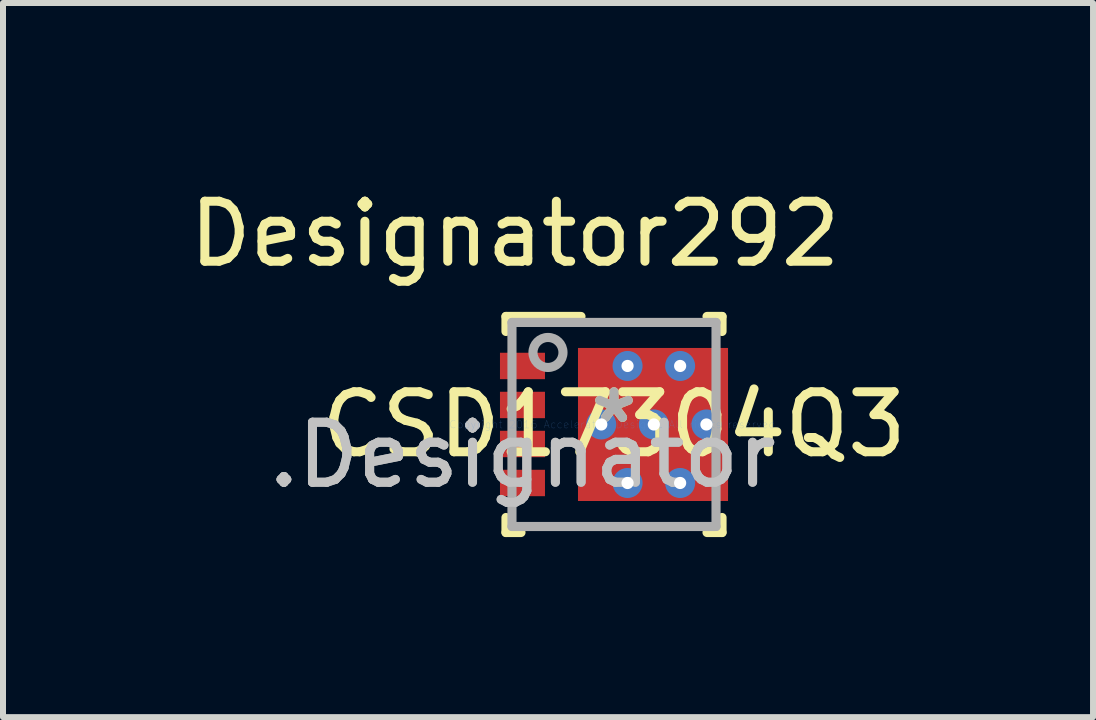
<source format=kicad_pcb>
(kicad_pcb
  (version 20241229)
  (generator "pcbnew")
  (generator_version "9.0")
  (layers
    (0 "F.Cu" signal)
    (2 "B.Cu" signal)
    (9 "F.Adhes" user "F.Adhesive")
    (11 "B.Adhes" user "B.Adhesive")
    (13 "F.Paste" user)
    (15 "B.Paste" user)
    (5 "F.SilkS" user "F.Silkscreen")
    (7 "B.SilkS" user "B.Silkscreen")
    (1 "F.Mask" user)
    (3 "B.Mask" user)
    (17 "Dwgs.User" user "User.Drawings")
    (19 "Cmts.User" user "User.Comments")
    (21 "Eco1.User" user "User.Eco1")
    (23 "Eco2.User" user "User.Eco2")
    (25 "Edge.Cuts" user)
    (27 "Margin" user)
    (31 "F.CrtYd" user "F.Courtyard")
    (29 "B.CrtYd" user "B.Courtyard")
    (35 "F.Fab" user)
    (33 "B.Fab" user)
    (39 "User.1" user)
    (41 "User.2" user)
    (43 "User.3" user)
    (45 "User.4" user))
  (footprint "CSD17304Q3"
    (layer "F.Cu")
    (at 7.181 4.023)
    (property "Reference" "CSD17304Q3" (at 0 0 0) (layer "F.SilkS") (effects (font (size 1 1) (thickness 0.15))))
    (attr through_hole)
    (fp_line (start -0.56 -1.172) (end -0.559 -1.182) (stroke (width 0.152) (type solid)) (layer "F.Mask"))
    (fp_line (start -0.56 1.172) (end -0.56 -1.172) (stroke (width 0.152) (type solid)) (layer "F.Mask"))
    (fp_line (start -0.559 -1.182) (end -0.556 -1.192) (stroke (width 0.152) (type solid)) (layer "F.Mask"))
    (fp_line (start -0.559 1.182) (end -0.56 1.172) (stroke (width 0.152) (type solid)) (layer "F.Mask"))
    (fp_line (start -0.556 -1.192) (end -0.551 -1.201) (stroke (width 0.152) (type solid)) (layer "F.Mask"))
    (fp_line (start -0.556 1.192) (end -0.559 1.182) (stroke (width 0.152) (type solid)) (layer "F.Mask"))
    (fp_line (start -0.551 -1.201) (end -0.544 -1.209) (stroke (width 0.152) (type solid)) (layer "F.Mask"))
    (fp_line (start -0.551 1.201) (end -0.556 1.192) (stroke (width 0.152) (type solid)) (layer "F.Mask"))
    (fp_line (start -0.544 -1.209) (end -0.536 -1.216) (stroke (width 0.152) (type solid)) (layer "F.Mask"))
    (fp_line (start -0.544 1.209) (end -0.551 1.201) (stroke (width 0.152) (type solid)) (layer "F.Mask"))
    (fp_line (start -0.536 -1.216) (end -0.527 -1.221) (stroke (width 0.152) (type solid)) (layer "F.Mask"))
    (fp_line (start -0.536 1.216) (end -0.544 1.209) (stroke (width 0.152) (type solid)) (layer "F.Mask"))
    (fp_line (start -0.527 -1.221) (end -0.517 -1.224) (stroke (width 0.152) (type solid)) (layer "F.Mask"))
    (fp_line (start -0.527 1.221) (end -0.536 1.216) (stroke (width 0.152) (type solid)) (layer "F.Mask"))
    (fp_line (start -0.517 -1.224) (end -0.507 -1.225) (stroke (width 0.152) (type solid)) (layer "F.Mask"))
    (fp_line (start -0.517 1.224) (end -0.527 1.221) (stroke (width 0.152) (type solid)) (layer "F.Mask"))
    (fp_line (start -0.507 -1.225) (end 1.162 -1.225) (stroke (width 0.152) (type solid)) (layer "F.Mask"))
    (fp_line (start -0.507 1.225) (end -0.517 1.224) (stroke (width 0.152) (type solid)) (layer "F.Mask"))
    (fp_line (start 0.925 -1.096) (end 0.926 -1.105) (stroke (width 0.152) (type solid)) (layer "F.Mask"))
    (fp_line (start 0.925 -0.854) (end 0.925 -1.096) (stroke (width 0.152) (type solid)) (layer "F.Mask"))
    (fp_line (start 0.925 -0.446) (end 0.926 -0.455) (stroke (width 0.152) (type solid)) (layer "F.Mask"))
    (fp_line (start 0.925 -0.204) (end 0.925 -0.446) (stroke (width 0.152) (type solid)) (layer "F.Mask"))
    (fp_line (start 0.925 0.204) (end 0.926 0.195) (stroke (width 0.152) (type solid)) (layer "F.Mask"))
    (fp_line (start 0.925 0.446) (end 0.925 0.204) (stroke (width 0.152) (type solid)) (layer "F.Mask"))
    (fp_line (start 0.925 0.854) (end 0.926 0.845) (stroke (width 0.152) (type solid)) (layer "F.Mask"))
    (fp_line (start 0.925 1.096) (end 0.925 0.854) (stroke (width 0.152) (type solid)) (layer "F.Mask"))
    (fp_line (start 0.926 -1.105) (end 0.929 -1.115) (stroke (width 0.152) (type solid)) (layer "F.Mask"))
    (fp_line (start 0.926 -0.845) (end 0.925 -0.854) (stroke (width 0.152) (type solid)) (layer "F.Mask"))
    (fp_line (start 0.926 -0.455) (end 0.929 -0.465) (stroke (width 0.152) (type solid)) (layer "F.Mask"))
    (fp_line (start 0.926 -0.195) (end 0.925 -0.204) (stroke (width 0.152) (type solid)) (layer "F.Mask"))
    (fp_line (start 0.926 0.195) (end 0.929 0.185) (stroke (width 0.152) (type solid)) (layer "F.Mask"))
    (fp_line (start 0.926 0.455) (end 0.925 0.446) (stroke (width 0.152) (type solid)) (layer "F.Mask"))
    (fp_line (start 0.926 0.845) (end 0.929 0.835) (stroke (width 0.152) (type solid)) (layer "F.Mask"))
    (fp_line (start 0.926 1.105) (end 0.925 1.096) (stroke (width 0.152) (type solid)) (layer "F.Mask"))
    (fp_line (start 0.929 -1.115) (end 0.933 -1.123) (stroke (width 0.152) (type solid)) (layer "F.Mask"))
    (fp_line (start 0.929 -0.835) (end 0.926 -0.845) (stroke (width 0.152) (type solid)) (layer "F.Mask"))
    (fp_line (start 0.929 -0.465) (end 0.933 -0.473) (stroke (width 0.152) (type solid)) (layer "F.Mask"))
    (fp_line (start 0.929 -0.185) (end 0.926 -0.195) (stroke (width 0.152) (type solid)) (layer "F.Mask"))
    (fp_line (start 0.929 0.185) (end 0.933 0.177) (stroke (width 0.152) (type solid)) (layer "F.Mask"))
    (fp_line (start 0.929 0.465) (end 0.926 0.455) (stroke (width 0.152) (type solid)) (layer "F.Mask"))
    (fp_line (start 0.929 0.835) (end 0.933 0.827) (stroke (width 0.152) (type solid)) (layer "F.Mask"))
    (fp_line (start 0.929 1.115) (end 0.926 1.105) (stroke (width 0.152) (type solid)) (layer "F.Mask"))
    (fp_line (start 0.933 -1.123) (end 0.939 -1.131) (stroke (width 0.152) (type solid)) (layer "F.Mask"))
    (fp_line (start 0.933 -0.827) (end 0.929 -0.835) (stroke (width 0.152) (type solid)) (layer "F.Mask"))
    (fp_line (start 0.933 -0.473) (end 0.939 -0.481) (stroke (width 0.152) (type solid)) (layer "F.Mask"))
    (fp_line (start 0.933 -0.177) (end 0.929 -0.185) (stroke (width 0.152) (type solid)) (layer "F.Mask"))
    (fp_line (start 0.933 0.177) (end 0.939 0.169) (stroke (width 0.152) (type solid)) (layer "F.Mask"))
    (fp_line (start 0.933 0.473) (end 0.929 0.465) (stroke (width 0.152) (type solid)) (layer "F.Mask"))
    (fp_line (start 0.933 0.827) (end 0.939 0.819) (stroke (width 0.152) (type solid)) (layer "F.Mask"))
    (fp_line (start 0.933 1.123) (end 0.929 1.115) (stroke (width 0.152) (type solid)) (layer "F.Mask"))
    (fp_line (start 0.939 -1.131) (end 0.947 -1.137) (stroke (width 0.152) (type solid)) (layer "F.Mask"))
    (fp_line (start 0.939 -0.819) (end 0.933 -0.827) (stroke (width 0.152) (type solid)) (layer "F.Mask"))
    (fp_line (start 0.939 -0.481) (end 0.947 -0.487) (stroke (width 0.152) (type solid)) (layer "F.Mask"))
    (fp_line (start 0.939 -0.169) (end 0.933 -0.177) (stroke (width 0.152) (type solid)) (layer "F.Mask"))
    (fp_line (start 0.939 0.169) (end 0.947 0.163) (stroke (width 0.152) (type solid)) (layer "F.Mask"))
    (fp_line (start 0.939 0.481) (end 0.933 0.473) (stroke (width 0.152) (type solid)) (layer "F.Mask"))
    (fp_line (start 0.939 0.819) (end 0.947 0.813) (stroke (width 0.152) (type solid)) (layer "F.Mask"))
    (fp_line (start 0.939 1.131) (end 0.933 1.123) (stroke (width 0.152) (type solid)) (layer "F.Mask"))
    (fp_line (start 0.947 -1.137) (end 0.955 -1.141) (stroke (width 0.152) (type solid)) (layer "F.Mask"))
    (fp_line (start 0.947 -0.813) (end 0.939 -0.819) (stroke (width 0.152) (type solid)) (layer "F.Mask"))
    (fp_line (start 0.947 -0.487) (end 0.955 -0.491) (stroke (width 0.152) (type solid)) (layer "F.Mask"))
    (fp_line (start 0.947 -0.163) (end 0.939 -0.169) (stroke (width 0.152) (type solid)) (layer "F.Mask"))
    (fp_line (start 0.947 0.163) (end 0.955 0.159) (stroke (width 0.152) (type solid)) (layer "F.Mask"))
    (fp_line (start 0.947 0.487) (end 0.939 0.481) (stroke (width 0.152) (type solid)) (layer "F.Mask"))
    (fp_line (start 0.947 0.813) (end 0.955 0.809) (stroke (width 0.152) (type solid)) (layer "F.Mask"))
    (fp_line (start 0.947 1.137) (end 0.939 1.131) (stroke (width 0.152) (type solid)) (layer "F.Mask"))
    (fp_line (start 0.955 -1.141) (end 0.965 -1.144) (stroke (width 0.152) (type solid)) (layer "F.Mask"))
    (fp_line (start 0.955 -0.809) (end 0.947 -0.813) (stroke (width 0.152) (type solid)) (layer "F.Mask"))
    (fp_line (start 0.955 -0.491) (end 0.965 -0.494) (stroke (width 0.152) (type solid)) (layer "F.Mask"))
    (fp_line (start 0.955 -0.159) (end 0.947 -0.163) (stroke (width 0.152) (type solid)) (layer "F.Mask"))
    (fp_line (start 0.955 0.159) (end 0.965 0.156) (stroke (width 0.152) (type solid)) (layer "F.Mask"))
    (fp_line (start 0.955 0.491) (end 0.947 0.487) (stroke (width 0.152) (type solid)) (layer "F.Mask"))
    (fp_line (start 0.955 0.809) (end 0.965 0.806) (stroke (width 0.152) (type solid)) (layer "F.Mask"))
    (fp_line (start 0.955 1.141) (end 0.947 1.137) (stroke (width 0.152) (type solid)) (layer "F.Mask"))
    (fp_line (start 0.965 -1.144) (end 0.974 -1.145) (stroke (width 0.152) (type solid)) (layer "F.Mask"))
    (fp_line (start 0.965 -0.806) (end 0.955 -0.809) (stroke (width 0.152) (type solid)) (layer "F.Mask"))
    (fp_line (start 0.965 -0.494) (end 0.974 -0.495) (stroke (width 0.152) (type solid)) (layer "F.Mask"))
    (fp_line (start 0.965 -0.156) (end 0.955 -0.159) (stroke (width 0.152) (type solid)) (layer "F.Mask"))
    (fp_line (start 0.965 0.156) (end 0.974 0.155) (stroke (width 0.152) (type solid)) (layer "F.Mask"))
    (fp_line (start 0.965 0.494) (end 0.955 0.491) (stroke (width 0.152) (type solid)) (layer "F.Mask"))
    (fp_line (start 0.965 0.806) (end 0.974 0.805) (stroke (width 0.152) (type solid)) (layer "F.Mask"))
    (fp_line (start 0.965 1.144) (end 0.955 1.141) (stroke (width 0.152) (type solid)) (layer "F.Mask"))
    (fp_line (start 0.974 -1.145) (end 1.376 -1.145) (stroke (width 0.152) (type solid)) (layer "F.Mask"))
    (fp_line (start 0.974 -0.805) (end 0.965 -0.806) (stroke (width 0.152) (type solid)) (layer "F.Mask"))
    (fp_line (start 0.974 -0.495) (end 1.376 -0.495) (stroke (width 0.152) (type solid)) (layer "F.Mask"))
    (fp_line (start 0.974 -0.155) (end 0.965 -0.156) (stroke (width 0.152) (type solid)) (layer "F.Mask"))
    (fp_line (start 0.974 0.155) (end 1.376 0.155) (stroke (width 0.152) (type solid)) (layer "F.Mask"))
    (fp_line (start 0.974 0.495) (end 0.965 0.494) (stroke (width 0.152) (type solid)) (layer "F.Mask"))
    (fp_line (start 0.974 0.805) (end 1.376 0.805) (stroke (width 0.152) (type solid)) (layer "F.Mask"))
    (fp_line (start 0.974 1.145) (end 0.965 1.144) (stroke (width 0.152) (type solid)) (layer "F.Mask"))
    (fp_line (start 1.162 -1.225) (end 1.172 -1.224) (stroke (width 0.152) (type solid)) (layer "F.Mask"))
    (fp_line (start 1.162 1.225) (end -0.507 1.225) (stroke (width 0.152) (type solid)) (layer "F.Mask"))
    (fp_line (start 1.172 -1.224) (end 1.182 -1.221) (stroke (width 0.152) (type solid)) (layer "F.Mask"))
    (fp_line (start 1.172 1.224) (end 1.162 1.225) (stroke (width 0.152) (type solid)) (layer "F.Mask"))
    (fp_line (start 1.182 -1.221) (end 1.191 -1.216) (stroke (width 0.152) (type solid)) (layer "F.Mask"))
    (fp_line (start 1.182 1.221) (end 1.172 1.224) (stroke (width 0.152) (type solid)) (layer "F.Mask"))
    (fp_line (start 1.191 -1.216) (end 1.199 -1.209) (stroke (width 0.152) (type solid)) (layer "F.Mask"))
    (fp_line (start 1.191 1.216) (end 1.182 1.221) (stroke (width 0.152) (type solid)) (layer "F.Mask"))
    (fp_line (start 1.199 -1.209) (end 1.206 -1.201) (stroke (width 0.152) (type solid)) (layer "F.Mask"))
    (fp_line (start 1.199 1.209) (end 1.191 1.216) (stroke (width 0.152) (type solid)) (layer "F.Mask"))
    (fp_line (start 1.206 -1.201) (end 1.211 -1.192) (stroke (width 0.152) (type solid)) (layer "F.Mask"))
    (fp_line (start 1.206 1.201) (end 1.199 1.209) (stroke (width 0.152) (type solid)) (layer "F.Mask"))
    (fp_line (start 1.211 -1.192) (end 1.214 -1.182) (stroke (width 0.152) (type solid)) (layer "F.Mask"))
    (fp_line (start 1.211 1.192) (end 1.206 1.201) (stroke (width 0.152) (type solid)) (layer "F.Mask"))
    (fp_line (start 1.214 -1.182) (end 1.215 -1.172) (stroke (width 0.152) (type solid)) (layer "F.Mask"))
    (fp_line (start 1.214 1.182) (end 1.211 1.192) (stroke (width 0.152) (type solid)) (layer "F.Mask"))
    (fp_line (start 1.215 -1.172) (end 1.215 1.172) (stroke (width 0.152) (type solid)) (layer "F.Mask"))
    (fp_line (start 1.215 1.172) (end 1.214 1.182) (stroke (width 0.152) (type solid)) (layer "F.Mask"))
    (fp_line (start 1.376 -1.145) (end 1.385 -1.144) (stroke (width 0.152) (type solid)) (layer "F.Mask"))
    (fp_line (start 1.376 -0.805) (end 0.974 -0.805) (stroke (width 0.152) (type solid)) (layer "F.Mask"))
    (fp_line (start 1.376 -0.495) (end 1.385 -0.494) (stroke (width 0.152) (type solid)) (layer "F.Mask"))
    (fp_line (start 1.376 -0.155) (end 0.974 -0.155) (stroke (width 0.152) (type solid)) (layer "F.Mask"))
    (fp_line (start 1.376 0.155) (end 1.385 0.156) (stroke (width 0.152) (type solid)) (layer "F.Mask"))
    (fp_line (start 1.376 0.495) (end 0.974 0.495) (stroke (width 0.152) (type solid)) (layer "F.Mask"))
    (fp_line (start 1.376 0.805) (end 1.385 0.806) (stroke (width 0.152) (type solid)) (layer "F.Mask"))
    (fp_line (start 1.376 1.145) (end 0.974 1.145) (stroke (width 0.152) (type solid)) (layer "F.Mask"))
    (fp_line (start 1.385 -1.144) (end 1.395 -1.141) (stroke (width 0.152) (type solid)) (layer "F.Mask"))
    (fp_line (start 1.385 -0.806) (end 1.376 -0.805) (stroke (width 0.152) (type solid)) (layer "F.Mask"))
    (fp_line (start 1.385 -0.494) (end 1.395 -0.491) (stroke (width 0.152) (type solid)) (layer "F.Mask"))
    (fp_line (start 1.385 -0.156) (end 1.376 -0.155) (stroke (width 0.152) (type solid)) (layer "F.Mask"))
    (fp_line (start 1.385 0.156) (end 1.395 0.159) (stroke (width 0.152) (type solid)) (layer "F.Mask"))
    (fp_line (start 1.385 0.494) (end 1.376 0.495) (stroke (width 0.152) (type solid)) (layer "F.Mask"))
    (fp_line (start 1.385 0.806) (end 1.395 0.809) (stroke (width 0.152) (type solid)) (layer "F.Mask"))
    (fp_line (start 1.385 1.144) (end 1.376 1.145) (stroke (width 0.152) (type solid)) (layer "F.Mask"))
    (fp_line (start 1.395 -1.141) (end 1.403 -1.137) (stroke (width 0.152) (type solid)) (layer "F.Mask"))
    (fp_line (start 1.395 -0.809) (end 1.385 -0.806) (stroke (width 0.152) (type solid)) (layer "F.Mask"))
    (fp_line (start 1.395 -0.491) (end 1.403 -0.487) (stroke (width 0.152) (type solid)) (layer "F.Mask"))
    (fp_line (start 1.395 -0.159) (end 1.385 -0.156) (stroke (width 0.152) (type solid)) (layer "F.Mask"))
    (fp_line (start 1.395 0.159) (end 1.403 0.163) (stroke (width 0.152) (type solid)) (layer "F.Mask"))
    (fp_line (start 1.395 0.491) (end 1.385 0.494) (stroke (width 0.152) (type solid)) (layer "F.Mask"))
    (fp_line (start 1.395 0.809) (end 1.403 0.813) (stroke (width 0.152) (type solid)) (layer "F.Mask"))
    (fp_line (start 1.395 1.141) (end 1.385 1.144) (stroke (width 0.152) (type solid)) (layer "F.Mask"))
    (fp_line (start 1.403 -1.137) (end 1.411 -1.131) (stroke (width 0.152) (type solid)) (layer "F.Mask"))
    (fp_line (start 1.403 -0.813) (end 1.395 -0.809) (stroke (width 0.152) (type solid)) (layer "F.Mask"))
    (fp_line (start 1.403 -0.487) (end 1.411 -0.481) (stroke (width 0.152) (type solid)) (layer "F.Mask"))
    (fp_line (start 1.403 -0.163) (end 1.395 -0.159) (stroke (width 0.152) (type solid)) (layer "F.Mask"))
    (fp_line (start 1.403 0.163) (end 1.411 0.169) (stroke (width 0.152) (type solid)) (layer "F.Mask"))
    (fp_line (start 1.403 0.487) (end 1.395 0.491) (stroke (width 0.152) (type solid)) (layer "F.Mask"))
    (fp_line (start 1.403 0.813) (end 1.411 0.819) (stroke (width 0.152) (type solid)) (layer "F.Mask"))
    (fp_line (start 1.403 1.137) (end 1.395 1.141) (stroke (width 0.152) (type solid)) (layer "F.Mask"))
    (fp_line (start 1.411 -1.131) (end 1.417 -1.123) (stroke (width 0.152) (type solid)) (layer "F.Mask"))
    (fp_line (start 1.411 -0.819) (end 1.403 -0.813) (stroke (width 0.152) (type solid)) (layer "F.Mask"))
    (fp_line (start 1.411 -0.481) (end 1.417 -0.473) (stroke (width 0.152) (type solid)) (layer "F.Mask"))
    (fp_line (start 1.411 -0.169) (end 1.403 -0.163) (stroke (width 0.152) (type solid)) (layer "F.Mask"))
    (fp_line (start 1.411 0.169) (end 1.417 0.177) (stroke (width 0.152) (type solid)) (layer "F.Mask"))
    (fp_line (start 1.411 0.481) (end 1.403 0.487) (stroke (width 0.152) (type solid)) (layer "F.Mask"))
    (fp_line (start 1.411 0.819) (end 1.417 0.827) (stroke (width 0.152) (type solid)) (layer "F.Mask"))
    (fp_line (start 1.411 1.131) (end 1.403 1.137) (stroke (width 0.152) (type solid)) (layer "F.Mask"))
    (fp_line (start 1.417 -1.123) (end 1.421 -1.115) (stroke (width 0.152) (type solid)) (layer "F.Mask"))
    (fp_line (start 1.417 -0.827) (end 1.411 -0.819) (stroke (width 0.152) (type solid)) (layer "F.Mask"))
    (fp_line (start 1.417 -0.473) (end 1.421 -0.465) (stroke (width 0.152) (type solid)) (layer "F.Mask"))
    (fp_line (start 1.417 -0.177) (end 1.411 -0.169) (stroke (width 0.152) (type solid)) (layer "F.Mask"))
    (fp_line (start 1.417 0.177) (end 1.421 0.185) (stroke (width 0.152) (type solid)) (layer "F.Mask"))
    (fp_line (start 1.417 0.473) (end 1.411 0.481) (stroke (width 0.152) (type solid)) (layer "F.Mask"))
    (fp_line (start 1.417 0.827) (end 1.421 0.835) (stroke (width 0.152) (type solid)) (layer "F.Mask"))
    (fp_line (start 1.417 1.123) (end 1.411 1.131) (stroke (width 0.152) (type solid)) (layer "F.Mask"))
    (fp_line (start 1.421 -1.115) (end 1.424 -1.105) (stroke (width 0.152) (type solid)) (layer "F.Mask"))
    (fp_line (start 1.421 -0.835) (end 1.417 -0.827) (stroke (width 0.152) (type solid)) (layer "F.Mask"))
    (fp_line (start 1.421 -0.465) (end 1.424 -0.455) (stroke (width 0.152) (type solid)) (layer "F.Mask"))
    (fp_line (start 1.421 -0.185) (end 1.417 -0.177) (stroke (width 0.152) (type solid)) (layer "F.Mask"))
    (fp_line (start 1.421 0.185) (end 1.424 0.195) (stroke (width 0.152) (type solid)) (layer "F.Mask"))
    (fp_line (start 1.421 0.465) (end 1.417 0.473) (stroke (width 0.152) (type solid)) (layer "F.Mask"))
    (fp_line (start 1.421 0.835) (end 1.424 0.845) (stroke (width 0.152) (type solid)) (layer "F.Mask"))
    (fp_line (start 1.421 1.115) (end 1.417 1.123) (stroke (width 0.152) (type solid)) (layer "F.Mask"))
    (fp_line (start 1.424 -1.105) (end 1.425 -1.096) (stroke (width 0.152) (type solid)) (layer "F.Mask"))
    (fp_line (start 1.424 -0.845) (end 1.421 -0.835) (stroke (width 0.152) (type solid)) (layer "F.Mask"))
    (fp_line (start 1.424 -0.455) (end 1.425 -0.446) (stroke (width 0.152) (type solid)) (layer "F.Mask"))
    (fp_line (start 1.424 -0.195) (end 1.421 -0.185) (stroke (width 0.152) (type solid)) (layer "F.Mask"))
    (fp_line (start 1.424 0.195) (end 1.425 0.204) (stroke (width 0.152) (type solid)) (layer "F.Mask"))
    (fp_line (start 1.424 0.455) (end 1.421 0.465) (stroke (width 0.152) (type solid)) (layer "F.Mask"))
    (fp_line (start 1.424 0.845) (end 1.425 0.854) (stroke (width 0.152) (type solid)) (layer "F.Mask"))
    (fp_line (start 1.424 1.105) (end 1.421 1.115) (stroke (width 0.152) (type solid)) (layer "F.Mask"))
    (fp_line (start 1.425 -1.096) (end 1.425 -0.854) (stroke (width 0.152) (type solid)) (layer "F.Mask"))
    (fp_line (start 1.425 -0.854) (end 1.424 -0.845) (stroke (width 0.152) (type solid)) (layer "F.Mask"))
    (fp_line (start 1.425 -0.446) (end 1.425 -0.204) (stroke (width 0.152) (type solid)) (layer "F.Mask"))
    (fp_line (start 1.425 -0.204) (end 1.424 -0.195) (stroke (width 0.152) (type solid)) (layer "F.Mask"))
    (fp_line (start 1.425 0.204) (end 1.425 0.446) (stroke (width 0.152) (type solid)) (layer "F.Mask"))
    (fp_line (start 1.425 0.446) (end 1.424 0.455) (stroke (width 0.152) (type solid)) (layer "F.Mask"))
    (fp_line (start 1.425 0.854) (end 1.425 1.096) (stroke (width 0.152) (type solid)) (layer "F.Mask"))
    (fp_line (start 1.425 1.096) (end 1.424 1.105) (stroke (width 0.152) (type solid)) (layer "F.Mask"))
    (fp_line (start -1.8 -1.8) (end -0.55 -1.8) (stroke (width 0.152) (type solid)) (layer "F.SilkS"))
    (fp_line (start -1.8 -1.55) (end -1.8 -1.8) (stroke (width 0.152) (type solid)) (layer "F.SilkS"))
    (fp_line (start -1.8 1.8) (end -1.8 1.55) (stroke (width 0.152) (type solid)) (layer "F.SilkS"))
    (fp_line (start -1.8 1.8) (end -1.55 1.8) (stroke (width 0.152) (type solid)) (layer "F.SilkS"))
    (fp_line (start 1.55 -1.8) (end 1.8 -1.8) (stroke (width 0.152) (type solid)) (layer "F.SilkS"))
    (fp_line (start 1.55 1.8) (end 1.8 1.8) (stroke (width 0.152) (type solid)) (layer "F.SilkS"))
    (fp_line (start 1.8 -1.55) (end 1.8 -1.8) (stroke (width 0.152) (type solid)) (layer "F.SilkS"))
    (fp_line (start 1.8 1.8) (end 1.8 1.55) (stroke (width 0.152) (type solid)) (layer "F.SilkS"))
    (fp_line (start -0.55 -1.174) (end -0.549 -1.184) (stroke (width 0.152) (type solid)) (layer "F.Paste"))
    (fp_line (start -0.55 -0.151) (end -0.55 -1.174) (stroke (width 0.152) (type solid)) (layer "F.Paste"))
    (fp_line (start -0.55 0.151) (end -0.549 0.141) (stroke (width 0.152) (type solid)) (layer "F.Paste"))
    (fp_line (start -0.55 1.174) (end -0.55 0.151) (stroke (width 0.152) (type solid)) (layer "F.Paste"))
    (fp_line (start -0.549 -1.184) (end -0.546 -1.194) (stroke (width 0.152) (type solid)) (layer "F.Paste"))
    (fp_line (start -0.549 -0.141) (end -0.55 -0.151) (stroke (width 0.152) (type solid)) (layer "F.Paste"))
    (fp_line (start -0.549 0.141) (end -0.546 0.131) (stroke (width 0.152) (type solid)) (layer "F.Paste"))
    (fp_line (start -0.549 1.184) (end -0.55 1.174) (stroke (width 0.152) (type solid)) (layer "F.Paste"))
    (fp_line (start -0.546 -1.194) (end -0.541 -1.202) (stroke (width 0.152) (type solid)) (layer "F.Paste"))
    (fp_line (start -0.546 -0.131) (end -0.549 -0.141) (stroke (width 0.152) (type solid)) (layer "F.Paste"))
    (fp_line (start -0.546 0.131) (end -0.541 0.123) (stroke (width 0.152) (type solid)) (layer "F.Paste"))
    (fp_line (start -0.546 1.194) (end -0.549 1.184) (stroke (width 0.152) (type solid)) (layer "F.Paste"))
    (fp_line (start -0.541 -1.202) (end -0.535 -1.21) (stroke (width 0.152) (type solid)) (layer "F.Paste"))
    (fp_line (start -0.541 -0.123) (end -0.546 -0.131) (stroke (width 0.152) (type solid)) (layer "F.Paste"))
    (fp_line (start -0.541 0.123) (end -0.535 0.115) (stroke (width 0.152) (type solid)) (layer "F.Paste"))
    (fp_line (start -0.541 1.202) (end -0.546 1.194) (stroke (width 0.152) (type solid)) (layer "F.Paste"))
    (fp_line (start -0.535 -1.21) (end -0.527 -1.216) (stroke (width 0.152) (type solid)) (layer "F.Paste"))
    (fp_line (start -0.535 -0.115) (end -0.541 -0.123) (stroke (width 0.152) (type solid)) (layer "F.Paste"))
    (fp_line (start -0.535 0.115) (end -0.527 0.109) (stroke (width 0.152) (type solid)) (layer "F.Paste"))
    (fp_line (start -0.535 1.21) (end -0.541 1.202) (stroke (width 0.152) (type solid)) (layer "F.Paste"))
    (fp_line (start -0.527 -1.216) (end -0.519 -1.221) (stroke (width 0.152) (type solid)) (layer "F.Paste"))
    (fp_line (start -0.527 -0.109) (end -0.535 -0.115) (stroke (width 0.152) (type solid)) (layer "F.Paste"))
    (fp_line (start -0.527 0.109) (end -0.519 0.104) (stroke (width 0.152) (type solid)) (layer "F.Paste"))
    (fp_line (start -0.527 1.216) (end -0.535 1.21) (stroke (width 0.152) (type solid)) (layer "F.Paste"))
    (fp_line (start -0.519 -1.221) (end -0.509 -1.224) (stroke (width 0.152) (type solid)) (layer "F.Paste"))
    (fp_line (start -0.519 -0.104) (end -0.527 -0.109) (stroke (width 0.152) (type solid)) (layer "F.Paste"))
    (fp_line (start -0.519 0.104) (end -0.509 0.101) (stroke (width 0.152) (type solid)) (layer "F.Paste"))
    (fp_line (start -0.519 1.221) (end -0.527 1.216) (stroke (width 0.152) (type solid)) (layer "F.Paste"))
    (fp_line (start -0.509 -1.224) (end -0.499 -1.225) (stroke (width 0.152) (type solid)) (layer "F.Paste"))
    (fp_line (start -0.509 -0.101) (end -0.519 -0.104) (stroke (width 0.152) (type solid)) (layer "F.Paste"))
    (fp_line (start -0.509 0.101) (end -0.499 0.1) (stroke (width 0.152) (type solid)) (layer "F.Paste"))
    (fp_line (start -0.509 1.224) (end -0.519 1.221) (stroke (width 0.152) (type solid)) (layer "F.Paste"))
    (fp_line (start -0.499 -1.225) (end 0.075 -1.225) (stroke (width 0.152) (type solid)) (layer "F.Paste"))
    (fp_line (start -0.499 -0.1) (end -0.509 -0.101) (stroke (width 0.152) (type solid)) (layer "F.Paste"))
    (fp_line (start -0.499 0.1) (end 0.075 0.1) (stroke (width 0.152) (type solid)) (layer "F.Paste"))
    (fp_line (start -0.499 1.225) (end -0.509 1.224) (stroke (width 0.152) (type solid)) (layer "F.Paste"))
    (fp_line (start 0.075 -1.225) (end 0.085 -1.224) (stroke (width 0.152) (type solid)) (layer "F.Paste"))
    (fp_line (start 0.075 -0.1) (end -0.499 -0.1) (stroke (width 0.152) (type solid)) (layer "F.Paste"))
    (fp_line (start 0.075 0.1) (end 0.085 0.101) (stroke (width 0.152) (type solid)) (layer "F.Paste"))
    (fp_line (start 0.075 1.225) (end -0.499 1.225) (stroke (width 0.152) (type solid)) (layer "F.Paste"))
    (fp_line (start 0.085 -1.224) (end 0.095 -1.221) (stroke (width 0.152) (type solid)) (layer "F.Paste"))
    (fp_line (start 0.085 -0.101) (end 0.075 -0.1) (stroke (width 0.152) (type solid)) (layer "F.Paste"))
    (fp_line (start 0.085 0.101) (end 0.095 0.104) (stroke (width 0.152) (type solid)) (layer "F.Paste"))
    (fp_line (start 0.085 1.224) (end 0.075 1.225) (stroke (width 0.152) (type solid)) (layer "F.Paste"))
    (fp_line (start 0.095 -1.221) (end 0.103 -1.216) (stroke (width 0.152) (type solid)) (layer "F.Paste"))
    (fp_line (start 0.095 -0.104) (end 0.085 -0.101) (stroke (width 0.152) (type solid)) (layer "F.Paste"))
    (fp_line (start 0.095 0.104) (end 0.103 0.109) (stroke (width 0.152) (type solid)) (layer "F.Paste"))
    (fp_line (start 0.095 1.221) (end 0.085 1.224) (stroke (width 0.152) (type solid)) (layer "F.Paste"))
    (fp_line (start 0.103 -1.216) (end 0.111 -1.21) (stroke (width 0.152) (type solid)) (layer "F.Paste"))
    (fp_line (start 0.103 -0.109) (end 0.095 -0.104) (stroke (width 0.152) (type solid)) (layer "F.Paste"))
    (fp_line (start 0.103 0.109) (end 0.111 0.115) (stroke (width 0.152) (type solid)) (layer "F.Paste"))
    (fp_line (start 0.103 1.216) (end 0.095 1.221) (stroke (width 0.152) (type solid)) (layer "F.Paste"))
    (fp_line (start 0.111 -1.21) (end 0.117 -1.202) (stroke (width 0.152) (type solid)) (layer "F.Paste"))
    (fp_line (start 0.111 -0.115) (end 0.103 -0.109) (stroke (width 0.152) (type solid)) (layer "F.Paste"))
    (fp_line (start 0.111 0.115) (end 0.117 0.123) (stroke (width 0.152) (type solid)) (layer "F.Paste"))
    (fp_line (start 0.111 1.21) (end 0.103 1.216) (stroke (width 0.152) (type solid)) (layer "F.Paste"))
    (fp_line (start 0.117 -1.202) (end 0.122 -1.194) (stroke (width 0.152) (type solid)) (layer "F.Paste"))
    (fp_line (start 0.117 -0.123) (end 0.111 -0.115) (stroke (width 0.152) (type solid)) (layer "F.Paste"))
    (fp_line (start 0.117 0.123) (end 0.122 0.131) (stroke (width 0.152) (type solid)) (layer "F.Paste"))
    (fp_line (start 0.117 1.202) (end 0.111 1.21) (stroke (width 0.152) (type solid)) (layer "F.Paste"))
    (fp_line (start 0.122 -1.194) (end 0.125 -1.184) (stroke (width 0.152) (type solid)) (layer "F.Paste"))
    (fp_line (start 0.122 -0.131) (end 0.117 -0.123) (stroke (width 0.152) (type solid)) (layer "F.Paste"))
    (fp_line (start 0.122 0.131) (end 0.125 0.141) (stroke (width 0.152) (type solid)) (layer "F.Paste"))
    (fp_line (start 0.122 1.194) (end 0.117 1.202) (stroke (width 0.152) (type solid)) (layer "F.Paste"))
    (fp_line (start 0.125 -1.184) (end 0.126 -1.174) (stroke (width 0.152) (type solid)) (layer "F.Paste"))
    (fp_line (start 0.125 -0.141) (end 0.122 -0.131) (stroke (width 0.152) (type solid)) (layer "F.Paste"))
    (fp_line (start 0.125 0.141) (end 0.126 0.151) (stroke (width 0.152) (type solid)) (layer "F.Paste"))
    (fp_line (start 0.125 1.184) (end 0.122 1.194) (stroke (width 0.152) (type solid)) (layer "F.Paste"))
    (fp_line (start 0.126 -1.174) (end 0.126 -0.151) (stroke (width 0.152) (type solid)) (layer "F.Paste"))
    (fp_line (start 0.126 -0.151) (end 0.125 -0.141) (stroke (width 0.152) (type solid)) (layer "F.Paste"))
    (fp_line (start 0.126 0.151) (end 0.126 1.174) (stroke (width 0.152) (type solid)) (layer "F.Paste"))
    (fp_line (start 0.126 1.174) (end 0.125 1.184) (stroke (width 0.152) (type solid)) (layer "F.Paste"))
    (fp_line (start 0.326 -1.174) (end 0.327 -1.184) (stroke (width 0.152) (type solid)) (layer "F.Paste"))
    (fp_line (start 0.326 -0.151) (end 0.326 -1.174) (stroke (width 0.152) (type solid)) (layer "F.Paste"))
    (fp_line (start 0.326 0.151) (end 0.327 0.141) (stroke (width 0.152) (type solid)) (layer "F.Paste"))
    (fp_line (start 0.326 1.174) (end 0.326 0.151) (stroke (width 0.152) (type solid)) (layer "F.Paste"))
    (fp_line (start 0.327 -1.184) (end 0.33 -1.194) (stroke (width 0.152) (type solid)) (layer "F.Paste"))
    (fp_line (start 0.327 -0.141) (end 0.326 -0.151) (stroke (width 0.152) (type solid)) (layer "F.Paste"))
    (fp_line (start 0.327 0.141) (end 0.33 0.131) (stroke (width 0.152) (type solid)) (layer "F.Paste"))
    (fp_line (start 0.327 1.184) (end 0.326 1.174) (stroke (width 0.152) (type solid)) (layer "F.Paste"))
    (fp_line (start 0.33 -1.194) (end 0.335 -1.202) (stroke (width 0.152) (type solid)) (layer "F.Paste"))
    (fp_line (start 0.33 -0.131) (end 0.327 -0.141) (stroke (width 0.152) (type solid)) (layer "F.Paste"))
    (fp_line (start 0.33 0.131) (end 0.335 0.123) (stroke (width 0.152) (type solid)) (layer "F.Paste"))
    (fp_line (start 0.33 1.194) (end 0.327 1.184) (stroke (width 0.152) (type solid)) (layer "F.Paste"))
    (fp_line (start 0.335 -1.202) (end 0.341 -1.21) (stroke (width 0.152) (type solid)) (layer "F.Paste"))
    (fp_line (start 0.335 -0.123) (end 0.33 -0.131) (stroke (width 0.152) (type solid)) (layer "F.Paste"))
    (fp_line (start 0.335 0.123) (end 0.341 0.115) (stroke (width 0.152) (type solid)) (layer "F.Paste"))
    (fp_line (start 0.335 1.202) (end 0.33 1.194) (stroke (width 0.152) (type solid)) (layer "F.Paste"))
    (fp_line (start 0.341 -1.21) (end 0.349 -1.216) (stroke (width 0.152) (type solid)) (layer "F.Paste"))
    (fp_line (start 0.341 -0.115) (end 0.335 -0.123) (stroke (width 0.152) (type solid)) (layer "F.Paste"))
    (fp_line (start 0.341 0.115) (end 0.349 0.109) (stroke (width 0.152) (type solid)) (layer "F.Paste"))
    (fp_line (start 0.341 1.21) (end 0.335 1.202) (stroke (width 0.152) (type solid)) (layer "F.Paste"))
    (fp_line (start 0.349 -1.216) (end 0.357 -1.221) (stroke (width 0.152) (type solid)) (layer "F.Paste"))
    (fp_line (start 0.349 -0.109) (end 0.341 -0.115) (stroke (width 0.152) (type solid)) (layer "F.Paste"))
    (fp_line (start 0.349 0.109) (end 0.357 0.104) (stroke (width 0.152) (type solid)) (layer "F.Paste"))
    (fp_line (start 0.349 1.216) (end 0.341 1.21) (stroke (width 0.152) (type solid)) (layer "F.Paste"))
    (fp_line (start 0.357 -1.221) (end 0.367 -1.224) (stroke (width 0.152) (type solid)) (layer "F.Paste"))
    (fp_line (start 0.357 -0.104) (end 0.349 -0.109) (stroke (width 0.152) (type solid)) (layer "F.Paste"))
    (fp_line (start 0.357 0.104) (end 0.367 0.101) (stroke (width 0.152) (type solid)) (layer "F.Paste"))
    (fp_line (start 0.357 1.221) (end 0.349 1.216) (stroke (width 0.152) (type solid)) (layer "F.Paste"))
    (fp_line (start 0.367 -1.224) (end 0.377 -1.225) (stroke (width 0.152) (type solid)) (layer "F.Paste"))
    (fp_line (start 0.367 -0.101) (end 0.357 -0.104) (stroke (width 0.152) (type solid)) (layer "F.Paste"))
    (fp_line (start 0.367 0.101) (end 0.377 0.1) (stroke (width 0.152) (type solid)) (layer "F.Paste"))
    (fp_line (start 0.367 1.224) (end 0.357 1.221) (stroke (width 0.152) (type solid)) (layer "F.Paste"))
    (fp_line (start 0.377 -1.225) (end 0.951 -1.225) (stroke (width 0.152) (type solid)) (layer "F.Paste"))
    (fp_line (start 0.377 -0.1) (end 0.367 -0.101) (stroke (width 0.152) (type solid)) (layer "F.Paste"))
    (fp_line (start 0.377 0.1) (end 0.951 0.1) (stroke (width 0.152) (type solid)) (layer "F.Paste"))
    (fp_line (start 0.377 1.225) (end 0.367 1.224) (stroke (width 0.152) (type solid)) (layer "F.Paste"))
    (fp_line (start 0.951 -1.225) (end 0.961 -1.224) (stroke (width 0.152) (type solid)) (layer "F.Paste"))
    (fp_line (start 0.951 -0.1) (end 0.377 -0.1) (stroke (width 0.152) (type solid)) (layer "F.Paste"))
    (fp_line (start 0.951 0.1) (end 0.961 0.101) (stroke (width 0.152) (type solid)) (layer "F.Paste"))
    (fp_line (start 0.951 1.225) (end 0.377 1.225) (stroke (width 0.152) (type solid)) (layer "F.Paste"))
    (fp_line (start 0.961 -1.224) (end 0.971 -1.221) (stroke (width 0.152) (type solid)) (layer "F.Paste"))
    (fp_line (start 0.961 -0.101) (end 0.951 -0.1) (stroke (width 0.152) (type solid)) (layer "F.Paste"))
    (fp_line (start 0.961 0.101) (end 0.971 0.104) (stroke (width 0.152) (type solid)) (layer "F.Paste"))
    (fp_line (start 0.961 1.224) (end 0.951 1.225) (stroke (width 0.152) (type solid)) (layer "F.Paste"))
    (fp_line (start 0.971 -1.221) (end 0.979 -1.216) (stroke (width 0.152) (type solid)) (layer "F.Paste"))
    (fp_line (start 0.971 -0.104) (end 0.961 -0.101) (stroke (width 0.152) (type solid)) (layer "F.Paste"))
    (fp_line (start 0.971 0.104) (end 0.979 0.109) (stroke (width 0.152) (type solid)) (layer "F.Paste"))
    (fp_line (start 0.971 1.221) (end 0.961 1.224) (stroke (width 0.152) (type solid)) (layer "F.Paste"))
    (fp_line (start 0.979 -1.216) (end 0.987 -1.21) (stroke (width 0.152) (type solid)) (layer "F.Paste"))
    (fp_line (start 0.979 -0.109) (end 0.971 -0.104) (stroke (width 0.152) (type solid)) (layer "F.Paste"))
    (fp_line (start 0.979 0.109) (end 0.987 0.115) (stroke (width 0.152) (type solid)) (layer "F.Paste"))
    (fp_line (start 0.979 1.216) (end 0.971 1.221) (stroke (width 0.152) (type solid)) (layer "F.Paste"))
    (fp_line (start 0.987 -1.21) (end 0.993 -1.202) (stroke (width 0.152) (type solid)) (layer "F.Paste"))
    (fp_line (start 0.987 -0.115) (end 0.979 -0.109) (stroke (width 0.152) (type solid)) (layer "F.Paste"))
    (fp_line (start 0.987 0.115) (end 0.993 0.123) (stroke (width 0.152) (type solid)) (layer "F.Paste"))
    (fp_line (start 0.987 1.21) (end 0.979 1.216) (stroke (width 0.152) (type solid)) (layer "F.Paste"))
    (fp_line (start 0.993 -1.202) (end 0.998 -1.194) (stroke (width 0.152) (type solid)) (layer "F.Paste"))
    (fp_line (start 0.993 -0.123) (end 0.987 -0.115) (stroke (width 0.152) (type solid)) (layer "F.Paste"))
    (fp_line (start 0.993 0.123) (end 0.998 0.131) (stroke (width 0.152) (type solid)) (layer "F.Paste"))
    (fp_line (start 0.993 1.202) (end 0.987 1.21) (stroke (width 0.152) (type solid)) (layer "F.Paste"))
    (fp_line (start 0.998 -1.194) (end 1.001 -1.184) (stroke (width 0.152) (type solid)) (layer "F.Paste"))
    (fp_line (start 0.998 -0.131) (end 0.993 -0.123) (stroke (width 0.152) (type solid)) (layer "F.Paste"))
    (fp_line (start 0.998 0.131) (end 1.001 0.141) (stroke (width 0.152) (type solid)) (layer "F.Paste"))
    (fp_line (start 0.998 1.194) (end 0.993 1.202) (stroke (width 0.152) (type solid)) (layer "F.Paste"))
    (fp_line (start 1.001 -1.184) (end 1.002 -1.174) (stroke (width 0.152) (type solid)) (layer "F.Paste"))
    (fp_line (start 1.001 -0.141) (end 0.998 -0.131) (stroke (width 0.152) (type solid)) (layer "F.Paste"))
    (fp_line (start 1.001 0.141) (end 1.002 0.151) (stroke (width 0.152) (type solid)) (layer "F.Paste"))
    (fp_line (start 1.001 1.184) (end 0.998 1.194) (stroke (width 0.152) (type solid)) (layer "F.Paste"))
    (fp_line (start 1.002 -1.174) (end 1.002 -0.151) (stroke (width 0.152) (type solid)) (layer "F.Paste"))
    (fp_line (start 1.002 -0.151) (end 1.001 -0.141) (stroke (width 0.152) (type solid)) (layer "F.Paste"))
    (fp_line (start 1.002 0.151) (end 1.002 1.174) (stroke (width 0.152) (type solid)) (layer "F.Paste"))
    (fp_line (start 1.002 1.174) (end 1.001 1.184) (stroke (width 0.152) (type solid)) (layer "F.Paste"))
    (fp_line (start -1.7 1.7) (end -1.7 -1.7) (stroke (width 0.152) (type solid)) (layer "F.Fab"))
    (fp_line (start -1.7 1.7) (end 1.7 1.7) (stroke (width 0.152) (type solid)) (layer "F.Fab"))
    (fp_line (start -1.7 -1.7) (end 1.7 -1.7) (stroke (width 0.152) (type solid)) (layer "F.Fab"))
    (fp_line (start 1.7 1.7) (end 1.7 -1.7) (stroke (width 0.152) (type solid)) (layer "F.Fab"))
    (fp_circle (center -1.1 -1.2) (end -0.85 -1.2) (stroke (width 0.152) (type solid)) (fill no) (layer "F.Fab"))
    (fp_text user "*" (at 0 0 0) (layer "F.SilkS") (effects (font (size 1 1) (thickness 0.15))))
    (fp_text user "Designator292" (at -1.651 -3.175 0) (layer "F.SilkS") (effects (font (size 1 1) (thickness 0.15))))
    (fp_text user ".Designator" (at -1.524 0.508 0) (layer "Dwgs.User") (effects (font (size 1 1) (thickness 0.15))))
    (fp_text user "Copyright 2016 Accelerated Designs. All rights reserved." (at 0 0 0) (layer "Cmts.User") (effects (font (size 0.127 0.127) (thickness 0.002))))
    (fp_text user "*" (at 0 0 0) (layer "F.Fab") (effects (font (size 1 1) (thickness 0.15))))
    (fp_text user ".Designator" (at -1.524 0.508 0) (layer "F.Fab") (effects (font (size 1 1) (thickness 0.15))))
    (pad "1" smd rect (at -1.525 -0.975 90) (size 0.44 0.75) (layers "F.Cu" "F.Mask" "F.Paste"))
    (pad "2" smd rect (at -1.525 -0.325 90) (size 0.44 0.75) (layers "F.Cu" "F.Mask" "F.Paste"))
    (pad "3" smd rect (at -1.525 0.325 90) (size 0.44 0.75) (layers "F.Cu" "F.Mask" "F.Paste"))
    (pad "4" smd rect (at -1.525 0.975 90) (size 0.44 0.75) (layers "F.Cu" "F.Mask" "F.Paste"))
    (pad "5" smd rect (at 1.525 0.975 90) (size 0.44 0.75) (layers "F.Cu" "F.Mask" "F.Paste"))
    (pad "6" smd rect (at 1.525 0.325 90) (size 0.44 0.75) (layers "F.Cu" "F.Mask" "F.Paste"))
    (pad "7" smd rect (at 1.525 -0.325 90) (size 0.44 0.75) (layers "F.Cu" "F.Mask" "F.Paste"))
    (pad "8" smd rect (at 1.525 -0.975 90) (size 0.44 0.75) (layers "F.Cu" "F.Mask" "F.Paste"))
    (pad "9" smd rect (at 0.65 0) (size 2.5 2.55) (layers "F.Cu" "F.Mask" "F.Paste"))
    (pad "V" thru_hole circle (at -0.212 0) (size 0.5 0.5) (drill 0.203) (layers "*.Cu" "*.Mask"))
    (pad "V" thru_hole circle (at 0.226 -0.975) (size 0.5 0.5) (drill 0.203) (layers "*.Cu" "*.Mask"))
    (pad "V" thru_hole circle (at 0.226 0.975) (size 0.5 0.5) (drill 0.203) (layers "*.Cu" "*.Mask"))
    (pad "V" thru_hole circle (at 0.664 0) (size 0.5 0.5) (drill 0.203) (layers "*.Cu" "*.Mask"))
    (pad "V" thru_hole circle (at 1.102 -0.975) (size 0.5 0.5) (drill 0.203) (layers "*.Cu" "*.Mask"))
    (pad "V" thru_hole circle (at 1.102 0.975) (size 0.5 0.5) (drill 0.203) (layers "*.Cu" "*.Mask"))
    (pad "V" thru_hole circle (at 1.54 0) (size 0.5 0.5) (drill 0.203) (layers "*.Cu" "*.Mask")))
  (gr_rect
    (start -3 -3)
    (end 15.163 8.899)
    (stroke (width 0.1) (type default))
    (fill no)
    (layer "Edge.Cuts")))
</source>
